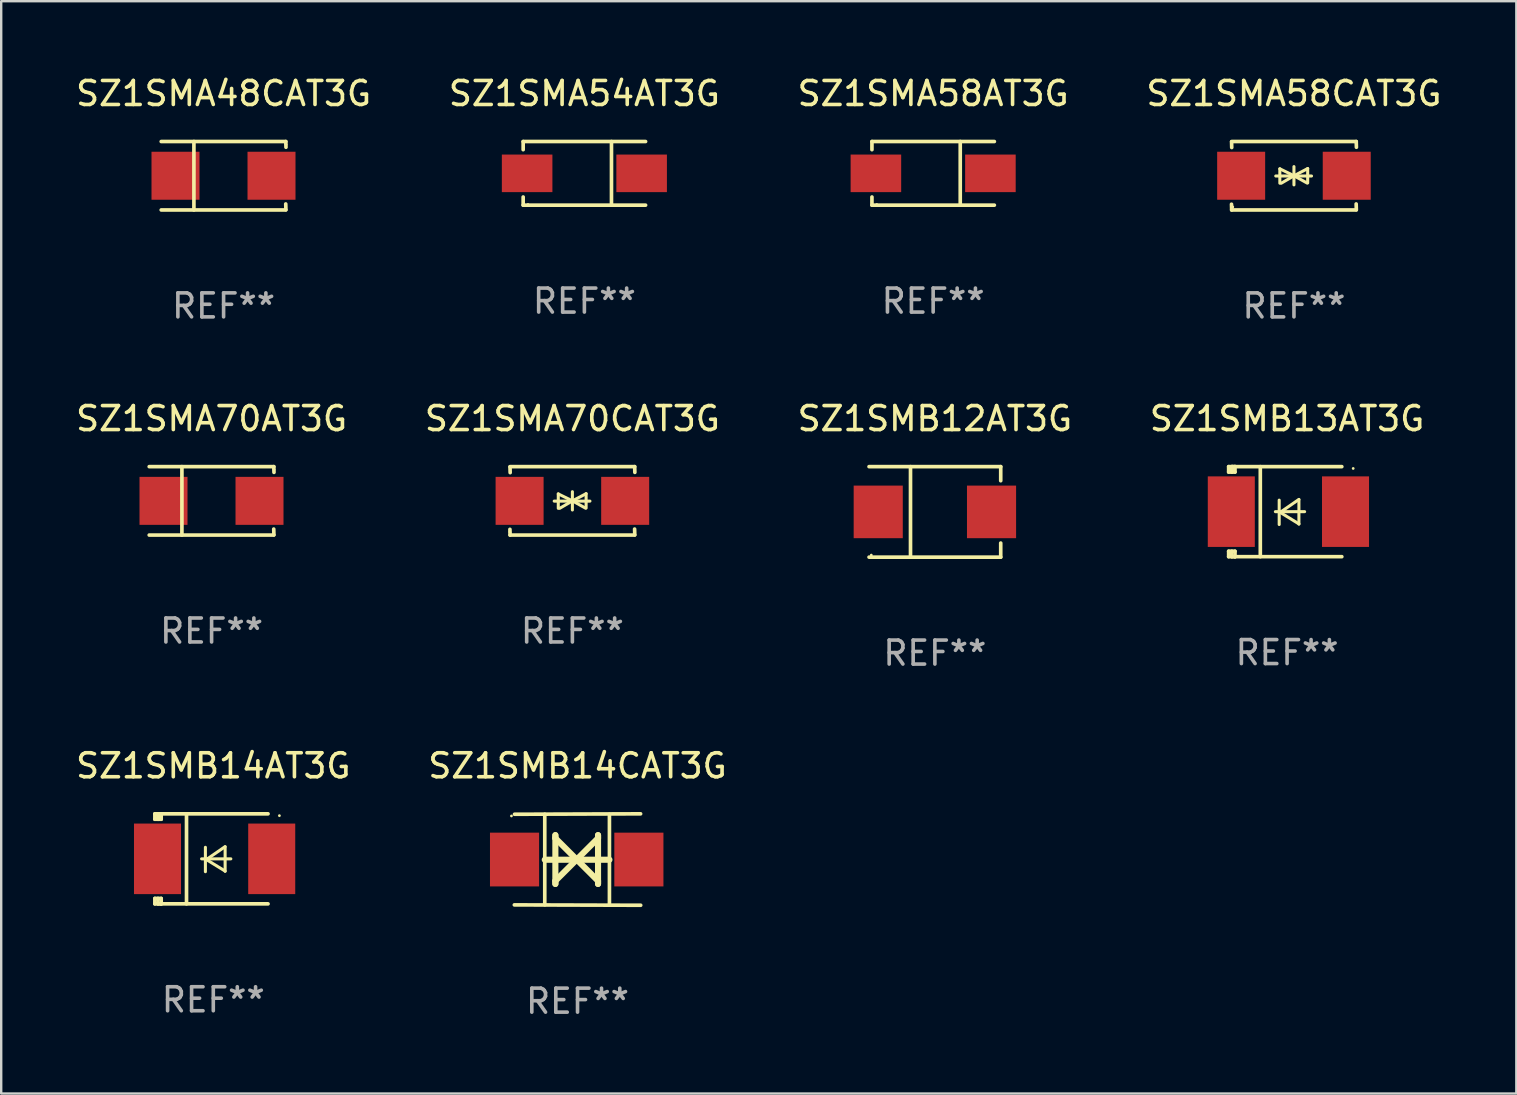
<source format=kicad_pcb>
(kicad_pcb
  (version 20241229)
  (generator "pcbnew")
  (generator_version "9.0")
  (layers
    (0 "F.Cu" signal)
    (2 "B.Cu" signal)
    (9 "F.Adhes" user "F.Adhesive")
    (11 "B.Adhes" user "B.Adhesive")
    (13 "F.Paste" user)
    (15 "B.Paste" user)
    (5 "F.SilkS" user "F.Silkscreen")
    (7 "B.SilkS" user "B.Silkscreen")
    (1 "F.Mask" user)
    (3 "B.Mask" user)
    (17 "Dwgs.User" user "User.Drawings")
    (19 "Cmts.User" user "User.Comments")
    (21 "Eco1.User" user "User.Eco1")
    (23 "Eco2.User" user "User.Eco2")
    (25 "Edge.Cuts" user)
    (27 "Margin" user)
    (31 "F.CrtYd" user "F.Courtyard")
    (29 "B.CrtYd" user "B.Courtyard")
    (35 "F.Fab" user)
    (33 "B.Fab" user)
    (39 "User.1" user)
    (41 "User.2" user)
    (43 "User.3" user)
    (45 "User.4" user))
  (footprint "SZ1SMB13AT3G"
    (layer "F.Cu")
    (at 50.589 18.273)
    (property "Reference" "SZ1SMB13AT3G" (at 0 -3.876 0) (layer "F.SilkS") (effects (font (size 1 1) (thickness 0.15))))
    (attr through_hole)
    (fp_line (start -2.435 1.65) (end -2.171 1.65) (stroke (width 0.152) (type solid)) (layer "F.SilkS"))
    (fp_line (start -2.435 1.876) (end -2.435 1.65) (stroke (width 0.152) (type solid)) (layer "F.SilkS"))
    (fp_line (start -2.435 -1.876) (end -2.171 -1.876) (stroke (width 0.152) (type solid)) (layer "F.SilkS"))
    (fp_line (start -2.435 -1.65) (end -2.435 -1.876) (stroke (width 0.152) (type solid)) (layer "F.SilkS"))
    (fp_line (start -2.305 -1.866) (end -2.295 -1.876) (stroke (width 0.152) (type solid)) (layer "F.SilkS"))
    (fp_line (start -2.305 -1.65) (end -2.305 -1.866) (stroke (width 0.152) (type solid)) (layer "F.SilkS"))
    (fp_line (start -2.305 1.876) (end -2.305 1.65) (stroke (width 0.152) (type solid)) (layer "F.SilkS"))
    (fp_line (start -2.295 -1.876) (end -2.295 -1.65) (stroke (width 0.152) (type solid)) (layer "F.SilkS"))
    (fp_line (start -2.171 1.876) (end -2.435 1.876) (stroke (width 0.152) (type solid)) (layer "F.SilkS"))
    (fp_line (start -2.171 -1.65) (end -2.435 -1.65) (stroke (width 0.152) (type solid)) (layer "F.SilkS"))
    (fp_line (start -2.171 -1.876) (end -2.295 -1.876) (stroke (width 0.152) (type solid)) (layer "F.SilkS"))
    (fp_line (start -2.171 -1.65) (end -2.171 -1.876) (stroke (width 0.152) (type solid)) (layer "F.SilkS"))
    (fp_line (start -2.171 1.876) (end -2.305 1.876) (stroke (width 0.152) (type solid)) (layer "F.SilkS"))
    (fp_line (start -2.171 1.876) (end -2.171 1.65) (stroke (width 0.152) (type solid)) (layer "F.SilkS"))
    (fp_line (start -1.116 1.876) (end -1.116 -1.876) (stroke (width 0.152) (type solid)) (layer "F.SilkS"))
    (fp_line (start -0.488 0.000102) (end 0.731 0.000102) (stroke (width 0.127) (type solid)) (layer "F.SilkS"))
    (fp_line (start -0.329 -0.48) (end -0.329 0.536) (stroke (width 0.127) (type solid)) (layer "F.SilkS"))
    (fp_line (start -0.29 0.03) (end 0.493 0.51) (stroke (width 0.127) (type solid)) (layer "F.SilkS"))
    (fp_line (start 0.493 -0.51) (end -0.29 0.03) (stroke (width 0.127) (type solid)) (layer "F.SilkS"))
    (fp_line (start 0.493 0.52) (end 0.493 -0.496) (stroke (width 0.127) (type solid)) (layer "F.SilkS"))
    (fp_line (start 2.281 -1.876) (end -2.171 -1.876) (stroke (width 0.152) (type solid)) (layer "F.SilkS"))
    (fp_line (start 2.281 1.876) (end -2.171 1.876) (stroke (width 0.152) (type solid)) (layer "F.SilkS"))
    (fp_circle (center 2.755 -1.8) (end 2.785 -1.8) (stroke (width 0.06) (type solid)) (fill no) (layer "F.SilkS"))
    (fp_text user "REF**" (at 0 5.876 0) (layer "F.Fab") (effects (font (size 1 1) (thickness 0.15))))
    (pad "1" smd rect (at 2.435 -0.000025 180) (size 1.96 2.94) (layers "F.Cu" "F.Mask" "F.Paste"))
    (pad "2" smd rect (at -2.325 -0.000025 180) (size 1.96 2.94) (layers "F.Cu" "F.Mask" "F.Paste")))
  (footprint "SZ1SMA58CAT3G"
    (layer "F.Cu")
    (at 50.875 4.274)
    (property "Reference" "SZ1SMA58CAT3G" (at 0 -3.426 0) (layer "F.SilkS") (effects (font (size 1 1) (thickness 0.15))))
    (attr through_hole)
    (fp_line (start -2.596 -1.426) (end 2.596 -1.426) (stroke (width 0.152) (type solid)) (layer "F.SilkS"))
    (fp_line (start -2.596 1.426) (end -2.603 1.187) (stroke (width 0.152) (type solid)) (layer "F.SilkS"))
    (fp_line (start -2.596 1.426) (end 2.596 1.426) (stroke (width 0.152) (type solid)) (layer "F.SilkS"))
    (fp_line (start -2.593 -1.176) (end -2.6 -1.415) (stroke (width 0.152) (type solid)) (layer "F.SilkS"))
    (fp_line (start -0.758 0.011) (end 0.732 0.011) (stroke (width 0.127) (type solid)) (layer "F.SilkS"))
    (fp_line (start -0.588 -0.289) (end -0.588 0.311) (stroke (width 0.127) (type solid)) (layer "F.SilkS"))
    (fp_line (start -0.588 -0.289) (end 0 0) (stroke (width 0.127) (type solid)) (layer "F.SilkS"))
    (fp_line (start -0.528 0.311) (end 0 0) (stroke (width 0.127) (type solid)) (layer "F.SilkS"))
    (fp_line (start 0 0) (end 0 -0.381) (stroke (width 0.127) (type solid)) (layer "F.SilkS"))
    (fp_line (start 0 0) (end 0 0.381) (stroke (width 0.127) (type solid)) (layer "F.SilkS"))
    (fp_line (start 0.542 0.301) (end 0 0) (stroke (width 0.127) (type solid)) (layer "F.SilkS"))
    (fp_line (start 0.572 -0.299) (end 0 0) (stroke (width 0.127) (type solid)) (layer "F.SilkS"))
    (fp_line (start 0.572 -0.299) (end 0.572 0.301) (stroke (width 0.127) (type solid)) (layer "F.SilkS"))
    (fp_line (start 2.593 1.176) (end 2.6 1.415) (stroke (width 0.152) (type solid)) (layer "F.SilkS"))
    (fp_line (start 2.596 -1.426) (end 2.603 -1.187) (stroke (width 0.152) (type solid)) (layer "F.SilkS"))
    (fp_circle (center -2.55 1.3) (end -2.52 1.3) (stroke (width 0.06) (type solid)) (fill no) (layer "F.SilkS"))
    (fp_text user "REF**" (at 0 5.426 0) (layer "F.Fab") (effects (font (size 1 1) (thickness 0.15))))
    (pad "1" smd rect (at -2.2 0 180) (size 2 2) (layers "F.Cu" "F.Mask" "F.Paste"))
    (pad "2" smd rect (at 2.2 0 180) (size 2 2) (layers "F.Cu" "F.Mask" "F.Paste")))
  (footprint "SZ1SMA48CAT3G"
    (layer "F.Cu")
    (at 6.268 4.274)
    (property "Reference" "SZ1SMA48CAT3G" (at 0 -3.426 0) (layer "F.SilkS") (effects (font (size 1 1) (thickness 0.15))))
    (attr through_hole)
    (fp_line (start -2.6 -1.426) (end 2.593 -1.426) (stroke (width 0.152) (type solid)) (layer "F.SilkS"))
    (fp_line (start -2.6 1.426) (end 2.593 1.426) (stroke (width 0.152) (type solid)) (layer "F.SilkS"))
    (fp_line (start -1.237 -1.426) (end -1.237 1.426) (stroke (width 0.152) (type solid)) (layer "F.SilkS"))
    (fp_line (start 2.59 1.176) (end 2.597 1.415) (stroke (width 0.152) (type solid)) (layer "F.SilkS"))
    (fp_line (start 2.593 -1.426) (end 2.6 -1.187) (stroke (width 0.152) (type solid)) (layer "F.SilkS"))
    (fp_circle (center 2.602 -1.3) (end 2.632 -1.3) (stroke (width 0.06) (type solid)) (fill no) (layer "F.SilkS"))
    (fp_text user "REF**" (at 0 5.426 0) (layer "F.Fab") (effects (font (size 1 1) (thickness 0.15))))
    (pad "1" smd rect (at 1.997 0 180) (size 2 2) (layers "F.Cu" "F.Mask" "F.Paste"))
    (pad "2" smd rect (at -2.004 0 180) (size 2 2) (layers "F.Cu" "F.Mask" "F.Paste")))
  (footprint "SZ1SMA70AT3G"
    (layer "F.Cu")
    (at 5.768 17.823)
    (property "Reference" "SZ1SMA70AT3G" (at 0 -3.426 0) (layer "F.SilkS") (effects (font (size 1 1) (thickness 0.15))))
    (attr through_hole)
    (fp_line (start -2.6 -1.426) (end 2.593 -1.426) (stroke (width 0.152) (type solid)) (layer "F.SilkS"))
    (fp_line (start -2.6 1.426) (end 2.593 1.426) (stroke (width 0.152) (type solid)) (layer "F.SilkS"))
    (fp_line (start -1.237 -1.426) (end -1.237 1.426) (stroke (width 0.152) (type solid)) (layer "F.SilkS"))
    (fp_line (start 2.59 1.176) (end 2.597 1.415) (stroke (width 0.152) (type solid)) (layer "F.SilkS"))
    (fp_line (start 2.593 -1.426) (end 2.6 -1.187) (stroke (width 0.152) (type solid)) (layer "F.SilkS"))
    (fp_circle (center 2.602 -1.3) (end 2.632 -1.3) (stroke (width 0.06) (type solid)) (fill no) (layer "F.SilkS"))
    (fp_text user "REF**" (at 0 5.426 0) (layer "F.Fab") (effects (font (size 1 1) (thickness 0.15))))
    (pad "1" smd rect (at 1.997 0 180) (size 2 2) (layers "F.Cu" "F.Mask" "F.Paste"))
    (pad "2" smd rect (at -2.004 0 180) (size 2 2) (layers "F.Cu" "F.Mask" "F.Paste")))
  (footprint "SZ1SMA54AT3G"
    (layer "F.Cu")
    (at 21.304 4.174)
    (property "Reference" "SZ1SMA54AT3G" (at 0 -3.326 0) (layer "F.SilkS") (effects (font (size 1 1) (thickness 0.15))))
    (attr through_hole)
    (fp_line (start -2.551 -1.326) (end -2.551 -0.986) (stroke (width 0.152) (type solid)) (layer "F.SilkS"))
    (fp_line (start -2.551 1.326) (end -2.551 0.986) (stroke (width 0.152) (type solid)) (layer "F.SilkS"))
    (fp_line (start 1.129 1.326) (end 1.129 -1.326) (stroke (width 0.152) (type solid)) (layer "F.SilkS"))
    (fp_line (start 2.551 -1.326) (end -2.551 -1.326) (stroke (width 0.152) (type solid)) (layer "F.SilkS"))
    (fp_line (start 2.551 1.326) (end -2.551 1.326) (stroke (width 0.152) (type solid)) (layer "F.SilkS"))
    (fp_circle (center -2.35 1.3) (end -2.32 1.3) (stroke (width 0.06) (type solid)) (fill no) (layer "F.SilkS"))
    (fp_text user "REF**" (at 0 5.326 0) (layer "F.Fab") (effects (font (size 1 1) (thickness 0.15))))
    (pad "1" smd rect (at -2.386 0) (size 2.107 1.566) (layers "F.Cu" "F.Mask" "F.Paste"))
    (pad "2" smd rect (at 2.386 0) (size 2.107 1.566) (layers "F.Cu" "F.Mask" "F.Paste")))
  (footprint "SZ1SMA70CAT3G"
    (layer "F.Cu")
    (at 20.804 17.823)
    (property "Reference" "SZ1SMA70CAT3G" (at 0 -3.426 0) (layer "F.SilkS") (effects (font (size 1 1) (thickness 0.15))))
    (attr through_hole)
    (fp_line (start -2.596 -1.426) (end 2.596 -1.426) (stroke (width 0.152) (type solid)) (layer "F.SilkS"))
    (fp_line (start -2.596 1.426) (end -2.603 1.187) (stroke (width 0.152) (type solid)) (layer "F.SilkS"))
    (fp_line (start -2.596 1.426) (end 2.596 1.426) (stroke (width 0.152) (type solid)) (layer "F.SilkS"))
    (fp_line (start -2.593 -1.176) (end -2.6 -1.415) (stroke (width 0.152) (type solid)) (layer "F.SilkS"))
    (fp_line (start -0.758 0.011) (end 0.732 0.011) (stroke (width 0.127) (type solid)) (layer "F.SilkS"))
    (fp_line (start -0.588 -0.289) (end -0.588 0.311) (stroke (width 0.127) (type solid)) (layer "F.SilkS"))
    (fp_line (start -0.588 -0.289) (end 0 0) (stroke (width 0.127) (type solid)) (layer "F.SilkS"))
    (fp_line (start -0.528 0.311) (end 0 0) (stroke (width 0.127) (type solid)) (layer "F.SilkS"))
    (fp_line (start 0 0) (end 0 -0.381) (stroke (width 0.127) (type solid)) (layer "F.SilkS"))
    (fp_line (start 0 0) (end 0 0.381) (stroke (width 0.127) (type solid)) (layer "F.SilkS"))
    (fp_line (start 0.542 0.301) (end 0 0) (stroke (width 0.127) (type solid)) (layer "F.SilkS"))
    (fp_line (start 0.572 -0.299) (end 0 0) (stroke (width 0.127) (type solid)) (layer "F.SilkS"))
    (fp_line (start 0.572 -0.299) (end 0.572 0.301) (stroke (width 0.127) (type solid)) (layer "F.SilkS"))
    (fp_line (start 2.593 1.176) (end 2.6 1.415) (stroke (width 0.152) (type solid)) (layer "F.SilkS"))
    (fp_line (start 2.596 -1.426) (end 2.603 -1.187) (stroke (width 0.152) (type solid)) (layer "F.SilkS"))
    (fp_circle (center -2.605 1.3) (end -2.575 1.3) (stroke (width 0.06) (type solid)) (fill no) (layer "F.SilkS"))
    (fp_text user "REF**" (at 0 5.426 0) (layer "F.Fab") (effects (font (size 1 1) (thickness 0.15))))
    (pad "1" smd rect (at -2.2 0 180) (size 2 2) (layers "F.Cu" "F.Mask" "F.Paste"))
    (pad "2" smd rect (at 2.2 0 180) (size 2 2) (layers "F.Cu" "F.Mask" "F.Paste")))
  (footprint "SZ1SMA58AT3G"
    (layer "F.Cu")
    (at 35.839 4.174)
    (property "Reference" "SZ1SMA58AT3G" (at 0 -3.326 0) (layer "F.SilkS") (effects (font (size 1 1) (thickness 0.15))))
    (attr through_hole)
    (fp_line (start -2.551 -1.326) (end -2.551 -0.986) (stroke (width 0.152) (type solid)) (layer "F.SilkS"))
    (fp_line (start -2.551 1.326) (end -2.551 0.986) (stroke (width 0.152) (type solid)) (layer "F.SilkS"))
    (fp_line (start 1.129 1.326) (end 1.129 -1.326) (stroke (width 0.152) (type solid)) (layer "F.SilkS"))
    (fp_line (start 2.551 -1.326) (end -2.551 -1.326) (stroke (width 0.152) (type solid)) (layer "F.SilkS"))
    (fp_line (start 2.551 1.326) (end -2.551 1.326) (stroke (width 0.152) (type solid)) (layer "F.SilkS"))
    (fp_circle (center -2.35 1.3) (end -2.32 1.3) (stroke (width 0.06) (type solid)) (fill no) (layer "F.SilkS"))
    (fp_text user "REF**" (at 0 5.326 0) (layer "F.Fab") (effects (font (size 1 1) (thickness 0.15))))
    (pad "1" smd rect (at -2.386 0) (size 2.107 1.566) (layers "F.Cu" "F.Mask" "F.Paste"))
    (pad "2" smd rect (at 2.386 0) (size 2.107 1.566) (layers "F.Cu" "F.Mask" "F.Paste")))
  (footprint "SZ1SMB12AT3G"
    (layer "F.Cu")
    (at 35.911 18.283)
    (property "Reference" "SZ1SMB12AT3G" (at 0 -3.886 0) (layer "F.SilkS") (effects (font (size 1 1) (thickness 0.15))))
    (attr through_hole)
    (fp_line (start -2.744 -1.886) (end 2.744 -1.886) (stroke (width 0.152) (type solid)) (layer "F.SilkS"))
    (fp_line (start -2.744 1.886) (end 2.744 1.886) (stroke (width 0.152) (type solid)) (layer "F.SilkS"))
    (fp_line (start -1.016 -1.886) (end -1.016 1.886) (stroke (width 0.152) (type solid)) (layer "F.SilkS"))
    (fp_line (start 2.744 -1.886) (end 2.744 -1.299) (stroke (width 0.152) (type solid)) (layer "F.SilkS"))
    (fp_line (start 2.744 1.886) (end 2.744 1.299) (stroke (width 0.152) (type solid)) (layer "F.SilkS"))
    (fp_circle (center -2.65 1.8) (end -2.62 1.8) (stroke (width 0.06) (type solid)) (fill no) (layer "F.SilkS"))
    (fp_text user "REF**" (at 0 5.886 0) (layer "F.Fab") (effects (font (size 1 1) (thickness 0.15))))
    (pad "1" smd rect (at -2.361 0) (size 2.047 2.192) (layers "F.Cu" "F.Mask" "F.Paste"))
    (pad "2" smd rect (at 2.361 0) (size 2.047 2.192) (layers "F.Cu" "F.Mask" "F.Paste")))
  (footprint "SZ1SMB14AT3G"
    (layer "F.Cu")
    (at 5.839 32.742)
    (property "Reference" "SZ1SMB14AT3G" (at 0 -3.876 0) (layer "F.SilkS") (effects (font (size 1 1) (thickness 0.15))))
    (attr through_hole)
    (fp_line (start -2.435 1.65) (end -2.171 1.65) (stroke (width 0.152) (type solid)) (layer "F.SilkS"))
    (fp_line (start -2.435 1.876) (end -2.435 1.65) (stroke (width 0.152) (type solid)) (layer "F.SilkS"))
    (fp_line (start -2.435 -1.876) (end -2.171 -1.876) (stroke (width 0.152) (type solid)) (layer "F.SilkS"))
    (fp_line (start -2.435 -1.65) (end -2.435 -1.876) (stroke (width 0.152) (type solid)) (layer "F.SilkS"))
    (fp_line (start -2.305 -1.866) (end -2.295 -1.876) (stroke (width 0.152) (type solid)) (layer "F.SilkS"))
    (fp_line (start -2.305 -1.65) (end -2.305 -1.866) (stroke (width 0.152) (type solid)) (layer "F.SilkS"))
    (fp_line (start -2.305 1.876) (end -2.305 1.65) (stroke (width 0.152) (type solid)) (layer "F.SilkS"))
    (fp_line (start -2.295 -1.876) (end -2.295 -1.65) (stroke (width 0.152) (type solid)) (layer "F.SilkS"))
    (fp_line (start -2.171 1.876) (end -2.435 1.876) (stroke (width 0.152) (type solid)) (layer "F.SilkS"))
    (fp_line (start -2.171 -1.65) (end -2.435 -1.65) (stroke (width 0.152) (type solid)) (layer "F.SilkS"))
    (fp_line (start -2.171 -1.876) (end -2.295 -1.876) (stroke (width 0.152) (type solid)) (layer "F.SilkS"))
    (fp_line (start -2.171 -1.65) (end -2.171 -1.876) (stroke (width 0.152) (type solid)) (layer "F.SilkS"))
    (fp_line (start -2.171 1.876) (end -2.305 1.876) (stroke (width 0.152) (type solid)) (layer "F.SilkS"))
    (fp_line (start -2.171 1.876) (end -2.171 1.65) (stroke (width 0.152) (type solid)) (layer "F.SilkS"))
    (fp_line (start -1.116 1.876) (end -1.116 -1.876) (stroke (width 0.152) (type solid)) (layer "F.SilkS"))
    (fp_line (start -0.488 0.000102) (end 0.731 0.000102) (stroke (width 0.127) (type solid)) (layer "F.SilkS"))
    (fp_line (start -0.329 -0.48) (end -0.329 0.536) (stroke (width 0.127) (type solid)) (layer "F.SilkS"))
    (fp_line (start -0.29 0.03) (end 0.493 0.51) (stroke (width 0.127) (type solid)) (layer "F.SilkS"))
    (fp_line (start 0.493 -0.51) (end -0.29 0.03) (stroke (width 0.127) (type solid)) (layer "F.SilkS"))
    (fp_line (start 0.493 0.52) (end 0.493 -0.496) (stroke (width 0.127) (type solid)) (layer "F.SilkS"))
    (fp_line (start 2.281 -1.876) (end -2.171 -1.876) (stroke (width 0.152) (type solid)) (layer "F.SilkS"))
    (fp_line (start 2.281 1.876) (end -2.171 1.876) (stroke (width 0.152) (type solid)) (layer "F.SilkS"))
    (fp_circle (center 2.755 -1.8) (end 2.785 -1.8) (stroke (width 0.06) (type solid)) (fill no) (layer "F.SilkS"))
    (fp_text user "REF**" (at 0 5.876 0) (layer "F.Fab") (effects (font (size 1 1) (thickness 0.15))))
    (pad "1" smd rect (at 2.435 -0.000025 180) (size 1.96 2.94) (layers "F.Cu" "F.Mask" "F.Paste"))
    (pad "2" smd rect (at -2.325 -0.000025 180) (size 1.96 2.94) (layers "F.Cu" "F.Mask" "F.Paste")))
  (footprint "SZ1SMB14CAT3G"
    (layer "F.Cu")
    (at 21.018 32.771)
    (property "Reference" "SZ1SMB14CAT3G" (at 0 -3.905 0) (layer "F.SilkS") (effects (font (size 1 1) (thickness 0.15))))
    (attr through_hole)
    (fp_line (start -1.365 1.886) (end -1.365 -1.886) (stroke (width 0.152) (type solid)) (layer "F.SilkS"))
    (fp_line (start -1.365 0.008) (end 1.33 0.008) (stroke (width 0.254) (type solid)) (layer "F.SilkS"))
    (fp_line (start -0.923 -1.016) (end -0.923 1.016) (stroke (width 0.254) (type solid)) (layer "F.SilkS"))
    (fp_line (start -0.923 -0.889) (end -0.923 -1.016) (stroke (width 0.254) (type solid)) (layer "F.SilkS"))
    (fp_line (start -0.923 0.889) (end -0.034 0) (stroke (width 0.254) (type solid)) (layer "F.SilkS"))
    (fp_line (start -0.923 1.016) (end -0.923 0.889) (stroke (width 0.254) (type solid)) (layer "F.SilkS"))
    (fp_line (start -0.034 0) (end -0.923 -0.889) (stroke (width 0.254) (type solid)) (layer "F.SilkS"))
    (fp_line (start -0.034 0) (end 0.855 0.889) (stroke (width 0.254) (type solid)) (layer "F.SilkS"))
    (fp_line (start 0.855 -1.016) (end 0.855 -0.889) (stroke (width 0.254) (type solid)) (layer "F.SilkS"))
    (fp_line (start 0.855 -0.889) (end -0.034 0) (stroke (width 0.254) (type solid)) (layer "F.SilkS"))
    (fp_line (start 0.855 0.889) (end 0.855 1.016) (stroke (width 0.254) (type solid)) (layer "F.SilkS"))
    (fp_line (start 0.855 1.016) (end 0.855 -1.016) (stroke (width 0.254) (type solid)) (layer "F.SilkS"))
    (fp_line (start 1.33 1.886) (end 1.33 -1.886) (stroke (width 0.152) (type solid)) (layer "F.SilkS"))
    (fp_line (start 2.629 -1.905) (end -2.625 -1.887) (stroke (width 0.152) (type solid)) (layer "F.SilkS"))
    (fp_line (start 2.633 1.905) (end -2.633 1.89) (stroke (width 0.152) (type solid)) (layer "F.SilkS"))
    (fp_circle (center -2.753 -1.816) (end -2.723 -1.816) (stroke (width 0.06) (type solid)) (fill no) (layer "F.SilkS"))
    (fp_text user "REF**" (at 0 5.905 0) (layer "F.Fab") (effects (font (size 1 1) (thickness 0.15))))
    (pad "1" smd rect (at -2.625 0) (size 2.047 2.241) (layers "F.Cu" "F.Mask" "F.Paste"))
    (pad "2" smd rect (at 2.557 0) (size 2.047 2.241) (layers "F.Cu" "F.Mask" "F.Paste")))
  (gr_rect
    (start -3 -3)
    (end 60.143 42.524)
    (stroke (width 0.1) (type default))
    (fill no)
    (layer "Edge.Cuts")))
</source>
